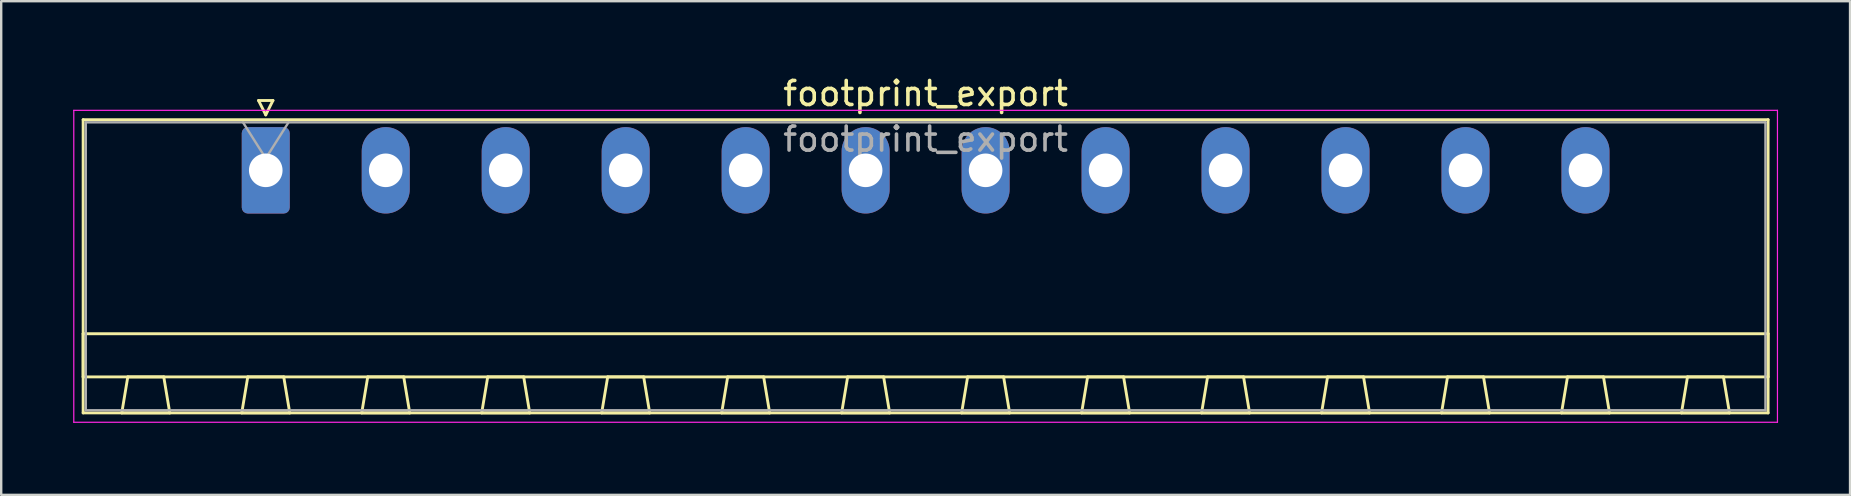
<source format=kicad_pcb>
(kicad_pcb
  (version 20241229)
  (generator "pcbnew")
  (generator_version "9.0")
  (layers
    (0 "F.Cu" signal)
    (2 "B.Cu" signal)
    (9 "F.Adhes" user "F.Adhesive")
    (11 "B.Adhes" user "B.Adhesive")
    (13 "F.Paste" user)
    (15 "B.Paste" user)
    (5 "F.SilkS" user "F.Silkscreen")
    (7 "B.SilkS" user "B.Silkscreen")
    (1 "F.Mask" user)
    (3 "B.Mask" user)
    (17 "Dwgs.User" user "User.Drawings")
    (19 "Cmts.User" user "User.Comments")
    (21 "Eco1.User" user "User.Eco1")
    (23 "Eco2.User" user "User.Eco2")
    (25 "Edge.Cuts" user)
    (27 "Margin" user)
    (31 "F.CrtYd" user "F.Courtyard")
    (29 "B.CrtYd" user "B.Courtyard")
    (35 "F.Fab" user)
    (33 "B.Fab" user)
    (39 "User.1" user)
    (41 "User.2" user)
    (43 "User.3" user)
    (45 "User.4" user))
  (footprint "footprint_export"
    (layer "F.Cu")
    (at 8.025 4.048)
    (property "Reference" "footprint_export" (at 27.5 -3.2 0) (layer "F.SilkS") (effects (font (size 1 1) (thickness 0.15))))
    (attr through_hole)
    (fp_line (start -7.61 -2.11) (end -7.61 10.11) (stroke (width 0.12) (type solid)) (layer "F.SilkS"))
    (fp_line (start -7.61 6.81) (end 62.61 6.81) (stroke (width 0.12) (type solid)) (layer "F.SilkS"))
    (fp_line (start -7.61 8.61) (end -7.61 6.81) (stroke (width 0.12) (type solid)) (layer "F.SilkS"))
    (fp_line (start -7.61 10.11) (end 62.61 10.11) (stroke (width 0.12) (type solid)) (layer "F.SilkS"))
    (fp_line (start -6 10.11) (end -4 10.11) (stroke (width 0.12) (type solid)) (layer "F.SilkS"))
    (fp_line (start -5.75 8.61) (end -6 10.11) (stroke (width 0.12) (type solid)) (layer "F.SilkS"))
    (fp_line (start -4.25 8.61) (end -5.75 8.61) (stroke (width 0.12) (type solid)) (layer "F.SilkS"))
    (fp_line (start -4 10.11) (end -4.25 8.61) (stroke (width 0.12) (type solid)) (layer "F.SilkS"))
    (fp_line (start -1 10.11) (end 1 10.11) (stroke (width 0.12) (type solid)) (layer "F.SilkS"))
    (fp_line (start -0.75 8.61) (end -1 10.11) (stroke (width 0.12) (type solid)) (layer "F.SilkS"))
    (fp_line (start -0.3 -2.91) (end 0.3 -2.91) (stroke (width 0.12) (type solid)) (layer "F.SilkS"))
    (fp_line (start 0 -2.31) (end -0.3 -2.91) (stroke (width 0.12) (type solid)) (layer "F.SilkS"))
    (fp_line (start 0.3 -2.91) (end 0 -2.31) (stroke (width 0.12) (type solid)) (layer "F.SilkS"))
    (fp_line (start 0.75 8.61) (end -0.75 8.61) (stroke (width 0.12) (type solid)) (layer "F.SilkS"))
    (fp_line (start 1 10.11) (end 0.75 8.61) (stroke (width 0.12) (type solid)) (layer "F.SilkS"))
    (fp_line (start 4 10.11) (end 6 10.11) (stroke (width 0.12) (type solid)) (layer "F.SilkS"))
    (fp_line (start 4.25 8.61) (end 4 10.11) (stroke (width 0.12) (type solid)) (layer "F.SilkS"))
    (fp_line (start 5.75 8.61) (end 4.25 8.61) (stroke (width 0.12) (type solid)) (layer "F.SilkS"))
    (fp_line (start 6 10.11) (end 5.75 8.61) (stroke (width 0.12) (type solid)) (layer "F.SilkS"))
    (fp_line (start 9 10.11) (end 11 10.11) (stroke (width 0.12) (type solid)) (layer "F.SilkS"))
    (fp_line (start 9.25 8.61) (end 9 10.11) (stroke (width 0.12) (type solid)) (layer "F.SilkS"))
    (fp_line (start 10.75 8.61) (end 9.25 8.61) (stroke (width 0.12) (type solid)) (layer "F.SilkS"))
    (fp_line (start 11 10.11) (end 10.75 8.61) (stroke (width 0.12) (type solid)) (layer "F.SilkS"))
    (fp_line (start 14 10.11) (end 16 10.11) (stroke (width 0.12) (type solid)) (layer "F.SilkS"))
    (fp_line (start 14.25 8.61) (end 14 10.11) (stroke (width 0.12) (type solid)) (layer "F.SilkS"))
    (fp_line (start 15.75 8.61) (end 14.25 8.61) (stroke (width 0.12) (type solid)) (layer "F.SilkS"))
    (fp_line (start 16 10.11) (end 15.75 8.61) (stroke (width 0.12) (type solid)) (layer "F.SilkS"))
    (fp_line (start 19 10.11) (end 21 10.11) (stroke (width 0.12) (type solid)) (layer "F.SilkS"))
    (fp_line (start 19.25 8.61) (end 19 10.11) (stroke (width 0.12) (type solid)) (layer "F.SilkS"))
    (fp_line (start 20.75 8.61) (end 19.25 8.61) (stroke (width 0.12) (type solid)) (layer "F.SilkS"))
    (fp_line (start 21 10.11) (end 20.75 8.61) (stroke (width 0.12) (type solid)) (layer "F.SilkS"))
    (fp_line (start 24 10.11) (end 26 10.11) (stroke (width 0.12) (type solid)) (layer "F.SilkS"))
    (fp_line (start 24.25 8.61) (end 24 10.11) (stroke (width 0.12) (type solid)) (layer "F.SilkS"))
    (fp_line (start 25.75 8.61) (end 24.25 8.61) (stroke (width 0.12) (type solid)) (layer "F.SilkS"))
    (fp_line (start 26 10.11) (end 25.75 8.61) (stroke (width 0.12) (type solid)) (layer "F.SilkS"))
    (fp_line (start 29 10.11) (end 31 10.11) (stroke (width 0.12) (type solid)) (layer "F.SilkS"))
    (fp_line (start 29.25 8.61) (end 29 10.11) (stroke (width 0.12) (type solid)) (layer "F.SilkS"))
    (fp_line (start 30.75 8.61) (end 29.25 8.61) (stroke (width 0.12) (type solid)) (layer "F.SilkS"))
    (fp_line (start 31 10.11) (end 30.75 8.61) (stroke (width 0.12) (type solid)) (layer "F.SilkS"))
    (fp_line (start 34 10.11) (end 36 10.11) (stroke (width 0.12) (type solid)) (layer "F.SilkS"))
    (fp_line (start 34.25 8.61) (end 34 10.11) (stroke (width 0.12) (type solid)) (layer "F.SilkS"))
    (fp_line (start 35.75 8.61) (end 34.25 8.61) (stroke (width 0.12) (type solid)) (layer "F.SilkS"))
    (fp_line (start 36 10.11) (end 35.75 8.61) (stroke (width 0.12) (type solid)) (layer "F.SilkS"))
    (fp_line (start 39 10.11) (end 41 10.11) (stroke (width 0.12) (type solid)) (layer "F.SilkS"))
    (fp_line (start 39.25 8.61) (end 39 10.11) (stroke (width 0.12) (type solid)) (layer "F.SilkS"))
    (fp_line (start 40.75 8.61) (end 39.25 8.61) (stroke (width 0.12) (type solid)) (layer "F.SilkS"))
    (fp_line (start 41 10.11) (end 40.75 8.61) (stroke (width 0.12) (type solid)) (layer "F.SilkS"))
    (fp_line (start 44 10.11) (end 46 10.11) (stroke (width 0.12) (type solid)) (layer "F.SilkS"))
    (fp_line (start 44.25 8.61) (end 44 10.11) (stroke (width 0.12) (type solid)) (layer "F.SilkS"))
    (fp_line (start 45.75 8.61) (end 44.25 8.61) (stroke (width 0.12) (type solid)) (layer "F.SilkS"))
    (fp_line (start 46 10.11) (end 45.75 8.61) (stroke (width 0.12) (type solid)) (layer "F.SilkS"))
    (fp_line (start 49 10.11) (end 51 10.11) (stroke (width 0.12) (type solid)) (layer "F.SilkS"))
    (fp_line (start 49.25 8.61) (end 49 10.11) (stroke (width 0.12) (type solid)) (layer "F.SilkS"))
    (fp_line (start 50.75 8.61) (end 49.25 8.61) (stroke (width 0.12) (type solid)) (layer "F.SilkS"))
    (fp_line (start 51 10.11) (end 50.75 8.61) (stroke (width 0.12) (type solid)) (layer "F.SilkS"))
    (fp_line (start 54 10.11) (end 56 10.11) (stroke (width 0.12) (type solid)) (layer "F.SilkS"))
    (fp_line (start 54.25 8.61) (end 54 10.11) (stroke (width 0.12) (type solid)) (layer "F.SilkS"))
    (fp_line (start 55.75 8.61) (end 54.25 8.61) (stroke (width 0.12) (type solid)) (layer "F.SilkS"))
    (fp_line (start 56 10.11) (end 55.75 8.61) (stroke (width 0.12) (type solid)) (layer "F.SilkS"))
    (fp_line (start 59 10.11) (end 61 10.11) (stroke (width 0.12) (type solid)) (layer "F.SilkS"))
    (fp_line (start 59.25 8.61) (end 59 10.11) (stroke (width 0.12) (type solid)) (layer "F.SilkS"))
    (fp_line (start 60.75 8.61) (end 59.25 8.61) (stroke (width 0.12) (type solid)) (layer "F.SilkS"))
    (fp_line (start 61 10.11) (end 60.75 8.61) (stroke (width 0.12) (type solid)) (layer "F.SilkS"))
    (fp_line (start 62.61 -2.11) (end -7.61 -2.11) (stroke (width 0.12) (type solid)) (layer "F.SilkS"))
    (fp_line (start 62.61 6.81) (end 62.61 8.61) (stroke (width 0.12) (type solid)) (layer "F.SilkS"))
    (fp_line (start 62.61 8.61) (end -7.61 8.61) (stroke (width 0.12) (type solid)) (layer "F.SilkS"))
    (fp_line (start 62.61 10.11) (end 62.61 -2.11) (stroke (width 0.12) (type solid)) (layer "F.SilkS"))
    (fp_line (start -8 -2.5) (end -8 10.5) (stroke (width 0.05) (type solid)) (layer "F.CrtYd"))
    (fp_line (start -8 10.5) (end 63 10.5) (stroke (width 0.05) (type solid)) (layer "F.CrtYd"))
    (fp_line (start 63 -2.5) (end -8 -2.5) (stroke (width 0.05) (type solid)) (layer "F.CrtYd"))
    (fp_line (start 63 10.5) (end 63 -2.5) (stroke (width 0.05) (type solid)) (layer "F.CrtYd"))
    (fp_line (start -7.5 -2) (end -7.5 10) (stroke (width 0.1) (type solid)) (layer "F.Fab"))
    (fp_line (start -7.5 10) (end 62.5 10) (stroke (width 0.1) (type solid)) (layer "F.Fab"))
    (fp_line (start 0 -0.5) (end -0.95 -2) (stroke (width 0.1) (type solid)) (layer "F.Fab"))
    (fp_line (start 0.95 -2) (end 0 -0.5) (stroke (width 0.1) (type solid)) (layer "F.Fab"))
    (fp_line (start 62.5 -2) (end -7.5 -2) (stroke (width 0.1) (type solid)) (layer "F.Fab"))
    (fp_line (start 62.5 10) (end 62.5 -2) (stroke (width 0.1) (type solid)) (layer "F.Fab"))
    (fp_text user "${REFERENCE}" (at 27.5 -1.3 0) (layer "F.Fab") (effects (font (size 1 1) (thickness 0.15))))
    (pad "1" thru_hole roundrect (at 0 0) (size 2 3.6) (drill 1.4) (layers "*.Cu" "*.Mask") (roundrect_rratio 0.125))
    (pad "2" thru_hole oval (at 5 0) (size 2 3.6) (drill 1.4) (layers "*.Cu" "*.Mask"))
    (pad "3" thru_hole oval (at 10 0) (size 2 3.6) (drill 1.4) (layers "*.Cu" "*.Mask"))
    (pad "4" thru_hole oval (at 15 0) (size 2 3.6) (drill 1.4) (layers "*.Cu" "*.Mask"))
    (pad "5" thru_hole oval (at 20 0) (size 2 3.6) (drill 1.4) (layers "*.Cu" "*.Mask"))
    (pad "6" thru_hole oval (at 25 0) (size 2 3.6) (drill 1.4) (layers "*.Cu" "*.Mask"))
    (pad "7" thru_hole oval (at 30 0) (size 2 3.6) (drill 1.4) (layers "*.Cu" "*.Mask"))
    (pad "8" thru_hole oval (at 35 0) (size 2 3.6) (drill 1.4) (layers "*.Cu" "*.Mask"))
    (pad "9" thru_hole oval (at 40 0) (size 2 3.6) (drill 1.4) (layers "*.Cu" "*.Mask"))
    (pad "10" thru_hole oval (at 45 0) (size 2 3.6) (drill 1.4) (layers "*.Cu" "*.Mask"))
    (pad "11" thru_hole oval (at 50 0) (size 2 3.6) (drill 1.4) (layers "*.Cu" "*.Mask"))
    (pad "12" thru_hole oval (at 55 0) (size 2 3.6) (drill 1.4) (layers "*.Cu" "*.Mask")))
  (gr_rect
    (start -3 -3)
    (end 74.05 17.573)
    (stroke (width 0.1) (type default))
    (fill no)
    (layer "Edge.Cuts")))
</source>
